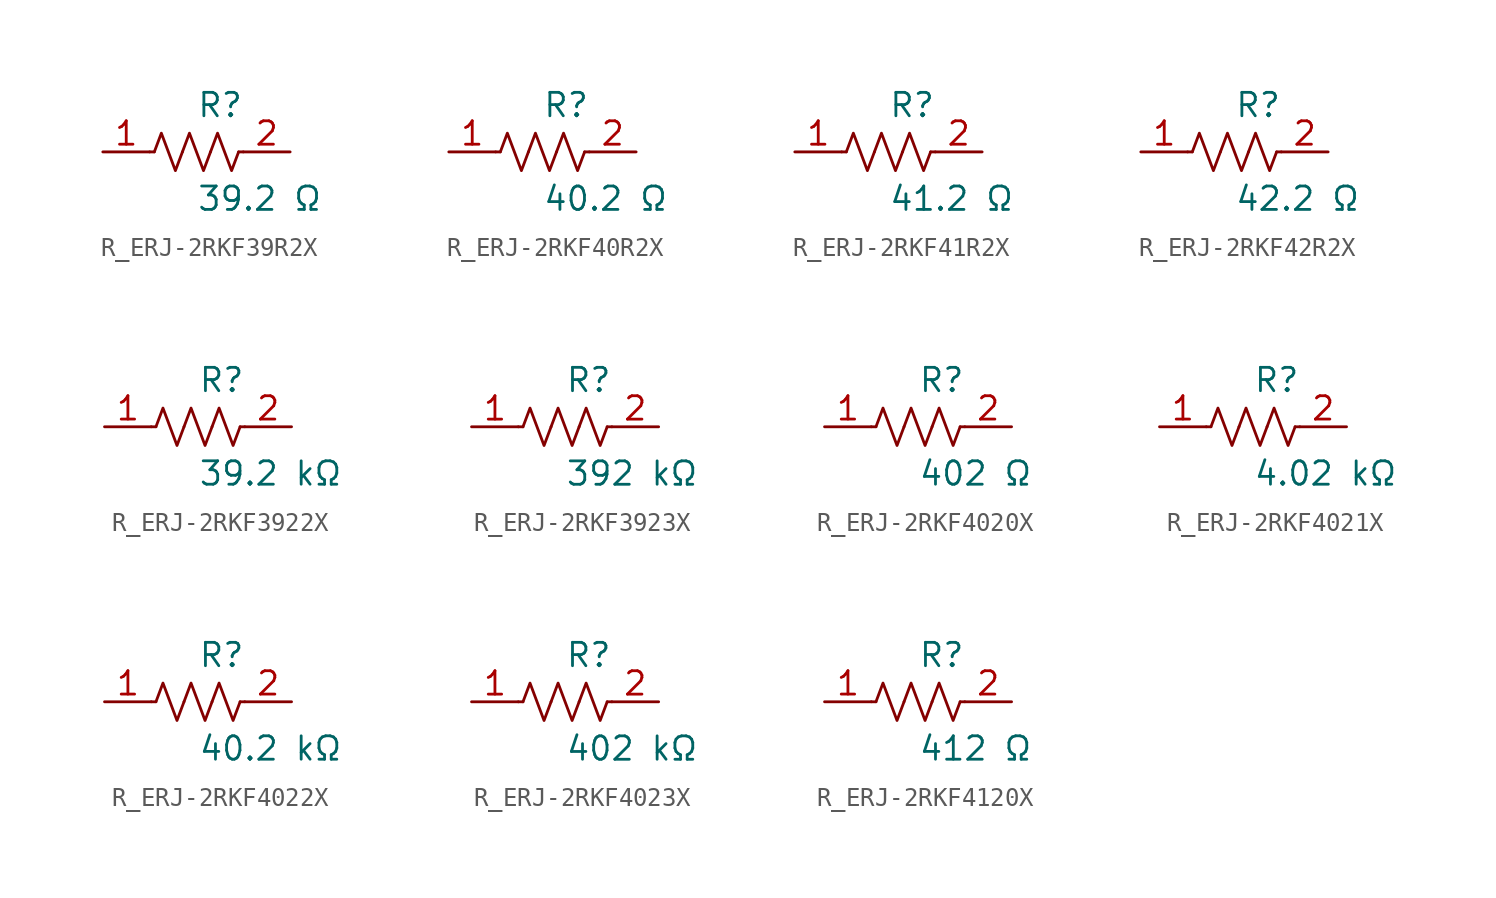
<source format=kicad_sym>
(kicad_symbol_lib
  (version 20231120)
  (generator kicad_symbol_editor)
  (generator_version 8.0)
  (symbol "R_ERJ-2RKF39R2X"
    (pin_names
      (offset 0.254))
    (property "Reference" "R"
      (at 0 2.54 0)
      (effects (font (size 1.27 1.27)) (justify left)))
    (property "Value" "39.2 Ω"
      (at 0 -2.54 0)
      (effects (font (size 1.27 1.27)) (justify left)))
    (symbol "R_ERJ-2RKF39R2X_0_1"
      (polyline (pts (xy 2.286 0) (xy 2.54 0)) (stroke (width 0) (type default)) (fill (type none)))
      (polyline (pts (xy -2.286 0) (xy -2.54 0)) (stroke (width 0) (type default)) (fill (type none)))
      (polyline (pts (xy 0.762 0) (xy 1.143 1.016) (xy 1.524 0) (xy 1.905 -1.016) (xy 2.286 0)) (stroke (width 0) (type default)) (fill (type none)))
      (polyline (pts (xy -0.762 0) (xy -0.381 1.016) (xy 0 0) (xy 0.381 -1.016) (xy 0.762 0)) (stroke (width 0) (type default)) (fill (type none)))
      (polyline (pts (xy -2.286 0) (xy -1.905 1.016) (xy -1.524 0) (xy -1.143 -1.016) (xy -0.762 0)) (stroke (width 0) (type default)) (fill (type none))))
    (pin unspecified line
      (at -5.08 0 0)
      (length 2.54)
      (name "" (effects (font (size 1.27 1.27))))
      (number "1" (effects (font (size 1.27 1.27)))))
    (pin unspecified line
      (at 5.08 0 180)
      (length 2.54)
      (name "" (effects (font (size 1.27 1.27))))
      (number "2" (effects (font (size 1.27 1.27))))))
  (symbol "R_ERJ-2RKF40R2X"
    (pin_names
      (offset 0.254))
    (property "Reference" "R"
      (at 0 2.54 0)
      (effects (font (size 1.27 1.27)) (justify left)))
    (property "Value" "40.2 Ω"
      (at 0 -2.54 0)
      (effects (font (size 1.27 1.27)) (justify left)))
    (symbol "R_ERJ-2RKF40R2X_0_1"
      (polyline (pts (xy 2.286 0) (xy 2.54 0)) (stroke (width 0) (type default)) (fill (type none)))
      (polyline (pts (xy -2.286 0) (xy -2.54 0)) (stroke (width 0) (type default)) (fill (type none)))
      (polyline (pts (xy 0.762 0) (xy 1.143 1.016) (xy 1.524 0) (xy 1.905 -1.016) (xy 2.286 0)) (stroke (width 0) (type default)) (fill (type none)))
      (polyline (pts (xy -0.762 0) (xy -0.381 1.016) (xy 0 0) (xy 0.381 -1.016) (xy 0.762 0)) (stroke (width 0) (type default)) (fill (type none)))
      (polyline (pts (xy -2.286 0) (xy -1.905 1.016) (xy -1.524 0) (xy -1.143 -1.016) (xy -0.762 0)) (stroke (width 0) (type default)) (fill (type none))))
    (pin unspecified line
      (at -5.08 0 0)
      (length 2.54)
      (name "" (effects (font (size 1.27 1.27))))
      (number "1" (effects (font (size 1.27 1.27)))))
    (pin unspecified line
      (at 5.08 0 180)
      (length 2.54)
      (name "" (effects (font (size 1.27 1.27))))
      (number "2" (effects (font (size 1.27 1.27))))))
  (symbol "R_ERJ-2RKF41R2X"
    (pin_names
      (offset 0.254))
    (property "Reference" "R"
      (at 0 2.54 0)
      (effects (font (size 1.27 1.27)) (justify left)))
    (property "Value" "41.2 Ω"
      (at 0 -2.54 0)
      (effects (font (size 1.27 1.27)) (justify left)))
    (symbol "R_ERJ-2RKF41R2X_0_1"
      (polyline (pts (xy 2.286 0) (xy 2.54 0)) (stroke (width 0) (type default)) (fill (type none)))
      (polyline (pts (xy -2.286 0) (xy -2.54 0)) (stroke (width 0) (type default)) (fill (type none)))
      (polyline (pts (xy 0.762 0) (xy 1.143 1.016) (xy 1.524 0) (xy 1.905 -1.016) (xy 2.286 0)) (stroke (width 0) (type default)) (fill (type none)))
      (polyline (pts (xy -0.762 0) (xy -0.381 1.016) (xy 0 0) (xy 0.381 -1.016) (xy 0.762 0)) (stroke (width 0) (type default)) (fill (type none)))
      (polyline (pts (xy -2.286 0) (xy -1.905 1.016) (xy -1.524 0) (xy -1.143 -1.016) (xy -0.762 0)) (stroke (width 0) (type default)) (fill (type none))))
    (pin unspecified line
      (at -5.08 0 0)
      (length 2.54)
      (name "" (effects (font (size 1.27 1.27))))
      (number "1" (effects (font (size 1.27 1.27)))))
    (pin unspecified line
      (at 5.08 0 180)
      (length 2.54)
      (name "" (effects (font (size 1.27 1.27))))
      (number "2" (effects (font (size 1.27 1.27))))))
  (symbol "R_ERJ-2RKF42R2X"
    (pin_names
      (offset 0.254))
    (property "Reference" "R"
      (at 0 2.54 0)
      (effects (font (size 1.27 1.27)) (justify left)))
    (property "Value" "42.2 Ω"
      (at 0 -2.54 0)
      (effects (font (size 1.27 1.27)) (justify left)))
    (symbol "R_ERJ-2RKF42R2X_0_1"
      (polyline (pts (xy 2.286 0) (xy 2.54 0)) (stroke (width 0) (type default)) (fill (type none)))
      (polyline (pts (xy -2.286 0) (xy -2.54 0)) (stroke (width 0) (type default)) (fill (type none)))
      (polyline (pts (xy 0.762 0) (xy 1.143 1.016) (xy 1.524 0) (xy 1.905 -1.016) (xy 2.286 0)) (stroke (width 0) (type default)) (fill (type none)))
      (polyline (pts (xy -0.762 0) (xy -0.381 1.016) (xy 0 0) (xy 0.381 -1.016) (xy 0.762 0)) (stroke (width 0) (type default)) (fill (type none)))
      (polyline (pts (xy -2.286 0) (xy -1.905 1.016) (xy -1.524 0) (xy -1.143 -1.016) (xy -0.762 0)) (stroke (width 0) (type default)) (fill (type none))))
    (pin unspecified line
      (at -5.08 0 0)
      (length 2.54)
      (name "" (effects (font (size 1.27 1.27))))
      (number "1" (effects (font (size 1.27 1.27)))))
    (pin unspecified line
      (at 5.08 0 180)
      (length 2.54)
      (name "" (effects (font (size 1.27 1.27))))
      (number "2" (effects (font (size 1.27 1.27))))))
  (symbol "R_ERJ-2RKF3922X"
    (pin_names
      (offset 0.254))
    (property "Reference" "R"
      (at 0 2.54 0)
      (effects (font (size 1.27 1.27)) (justify left)))
    (property "Value" "39.2 kΩ"
      (at 0 -2.54 0)
      (effects (font (size 1.27 1.27)) (justify left)))
    (symbol "R_ERJ-2RKF3922X_0_1"
      (polyline (pts (xy 2.286 0) (xy 2.54 0)) (stroke (width 0) (type default)) (fill (type none)))
      (polyline (pts (xy -2.286 0) (xy -2.54 0)) (stroke (width 0) (type default)) (fill (type none)))
      (polyline (pts (xy 0.762 0) (xy 1.143 1.016) (xy 1.524 0) (xy 1.905 -1.016) (xy 2.286 0)) (stroke (width 0) (type default)) (fill (type none)))
      (polyline (pts (xy -0.762 0) (xy -0.381 1.016) (xy 0 0) (xy 0.381 -1.016) (xy 0.762 0)) (stroke (width 0) (type default)) (fill (type none)))
      (polyline (pts (xy -2.286 0) (xy -1.905 1.016) (xy -1.524 0) (xy -1.143 -1.016) (xy -0.762 0)) (stroke (width 0) (type default)) (fill (type none))))
    (pin unspecified line
      (at -5.08 0 0)
      (length 2.54)
      (name "" (effects (font (size 1.27 1.27))))
      (number "1" (effects (font (size 1.27 1.27)))))
    (pin unspecified line
      (at 5.08 0 180)
      (length 2.54)
      (name "" (effects (font (size 1.27 1.27))))
      (number "2" (effects (font (size 1.27 1.27))))))
  (symbol "R_ERJ-2RKF3923X"
    (pin_names
      (offset 0.254))
    (property "Reference" "R"
      (at 0 2.54 0)
      (effects (font (size 1.27 1.27)) (justify left)))
    (property "Value" "392 kΩ"
      (at 0 -2.54 0)
      (effects (font (size 1.27 1.27)) (justify left)))
    (symbol "R_ERJ-2RKF3923X_0_1"
      (polyline (pts (xy 2.286 0) (xy 2.54 0)) (stroke (width 0) (type default)) (fill (type none)))
      (polyline (pts (xy -2.286 0) (xy -2.54 0)) (stroke (width 0) (type default)) (fill (type none)))
      (polyline (pts (xy 0.762 0) (xy 1.143 1.016) (xy 1.524 0) (xy 1.905 -1.016) (xy 2.286 0)) (stroke (width 0) (type default)) (fill (type none)))
      (polyline (pts (xy -0.762 0) (xy -0.381 1.016) (xy 0 0) (xy 0.381 -1.016) (xy 0.762 0)) (stroke (width 0) (type default)) (fill (type none)))
      (polyline (pts (xy -2.286 0) (xy -1.905 1.016) (xy -1.524 0) (xy -1.143 -1.016) (xy -0.762 0)) (stroke (width 0) (type default)) (fill (type none))))
    (pin unspecified line
      (at -5.08 0 0)
      (length 2.54)
      (name "" (effects (font (size 1.27 1.27))))
      (number "1" (effects (font (size 1.27 1.27)))))
    (pin unspecified line
      (at 5.08 0 180)
      (length 2.54)
      (name "" (effects (font (size 1.27 1.27))))
      (number "2" (effects (font (size 1.27 1.27))))))
  (symbol "R_ERJ-2RKF4020X"
    (pin_names
      (offset 0.254))
    (property "Reference" "R"
      (at 0 2.54 0)
      (effects (font (size 1.27 1.27)) (justify left)))
    (property "Value" "402 Ω"
      (at 0 -2.54 0)
      (effects (font (size 1.27 1.27)) (justify left)))
    (symbol "R_ERJ-2RKF4020X_0_1"
      (polyline (pts (xy 2.286 0) (xy 2.54 0)) (stroke (width 0) (type default)) (fill (type none)))
      (polyline (pts (xy -2.286 0) (xy -2.54 0)) (stroke (width 0) (type default)) (fill (type none)))
      (polyline (pts (xy 0.762 0) (xy 1.143 1.016) (xy 1.524 0) (xy 1.905 -1.016) (xy 2.286 0)) (stroke (width 0) (type default)) (fill (type none)))
      (polyline (pts (xy -0.762 0) (xy -0.381 1.016) (xy 0 0) (xy 0.381 -1.016) (xy 0.762 0)) (stroke (width 0) (type default)) (fill (type none)))
      (polyline (pts (xy -2.286 0) (xy -1.905 1.016) (xy -1.524 0) (xy -1.143 -1.016) (xy -0.762 0)) (stroke (width 0) (type default)) (fill (type none))))
    (pin unspecified line
      (at -5.08 0 0)
      (length 2.54)
      (name "" (effects (font (size 1.27 1.27))))
      (number "1" (effects (font (size 1.27 1.27)))))
    (pin unspecified line
      (at 5.08 0 180)
      (length 2.54)
      (name "" (effects (font (size 1.27 1.27))))
      (number "2" (effects (font (size 1.27 1.27))))))
  (symbol "R_ERJ-2RKF4021X"
    (pin_names
      (offset 0.254))
    (property "Reference" "R"
      (at 0 2.54 0)
      (effects (font (size 1.27 1.27)) (justify left)))
    (property "Value" "4.02 kΩ"
      (at 0 -2.54 0)
      (effects (font (size 1.27 1.27)) (justify left)))
    (symbol "R_ERJ-2RKF4021X_0_1"
      (polyline (pts (xy 2.286 0) (xy 2.54 0)) (stroke (width 0) (type default)) (fill (type none)))
      (polyline (pts (xy -2.286 0) (xy -2.54 0)) (stroke (width 0) (type default)) (fill (type none)))
      (polyline (pts (xy 0.762 0) (xy 1.143 1.016) (xy 1.524 0) (xy 1.905 -1.016) (xy 2.286 0)) (stroke (width 0) (type default)) (fill (type none)))
      (polyline (pts (xy -0.762 0) (xy -0.381 1.016) (xy 0 0) (xy 0.381 -1.016) (xy 0.762 0)) (stroke (width 0) (type default)) (fill (type none)))
      (polyline (pts (xy -2.286 0) (xy -1.905 1.016) (xy -1.524 0) (xy -1.143 -1.016) (xy -0.762 0)) (stroke (width 0) (type default)) (fill (type none))))
    (pin unspecified line
      (at -5.08 0 0)
      (length 2.54)
      (name "" (effects (font (size 1.27 1.27))))
      (number "1" (effects (font (size 1.27 1.27)))))
    (pin unspecified line
      (at 5.08 0 180)
      (length 2.54)
      (name "" (effects (font (size 1.27 1.27))))
      (number "2" (effects (font (size 1.27 1.27))))))
  (symbol "R_ERJ-2RKF4022X"
    (pin_names
      (offset 0.254))
    (property "Reference" "R"
      (at 0 2.54 0)
      (effects (font (size 1.27 1.27)) (justify left)))
    (property "Value" "40.2 kΩ"
      (at 0 -2.54 0)
      (effects (font (size 1.27 1.27)) (justify left)))
    (symbol "R_ERJ-2RKF4022X_0_1"
      (polyline (pts (xy 2.286 0) (xy 2.54 0)) (stroke (width 0) (type default)) (fill (type none)))
      (polyline (pts (xy -2.286 0) (xy -2.54 0)) (stroke (width 0) (type default)) (fill (type none)))
      (polyline (pts (xy 0.762 0) (xy 1.143 1.016) (xy 1.524 0) (xy 1.905 -1.016) (xy 2.286 0)) (stroke (width 0) (type default)) (fill (type none)))
      (polyline (pts (xy -0.762 0) (xy -0.381 1.016) (xy 0 0) (xy 0.381 -1.016) (xy 0.762 0)) (stroke (width 0) (type default)) (fill (type none)))
      (polyline (pts (xy -2.286 0) (xy -1.905 1.016) (xy -1.524 0) (xy -1.143 -1.016) (xy -0.762 0)) (stroke (width 0) (type default)) (fill (type none))))
    (pin unspecified line
      (at -5.08 0 0)
      (length 2.54)
      (name "" (effects (font (size 1.27 1.27))))
      (number "1" (effects (font (size 1.27 1.27)))))
    (pin unspecified line
      (at 5.08 0 180)
      (length 2.54)
      (name "" (effects (font (size 1.27 1.27))))
      (number "2" (effects (font (size 1.27 1.27))))))
  (symbol "R_ERJ-2RKF4023X"
    (pin_names
      (offset 0.254))
    (property "Reference" "R"
      (at 0 2.54 0)
      (effects (font (size 1.27 1.27)) (justify left)))
    (property "Value" "402 kΩ"
      (at 0 -2.54 0)
      (effects (font (size 1.27 1.27)) (justify left)))
    (symbol "R_ERJ-2RKF4023X_0_1"
      (polyline (pts (xy 2.286 0) (xy 2.54 0)) (stroke (width 0) (type default)) (fill (type none)))
      (polyline (pts (xy -2.286 0) (xy -2.54 0)) (stroke (width 0) (type default)) (fill (type none)))
      (polyline (pts (xy 0.762 0) (xy 1.143 1.016) (xy 1.524 0) (xy 1.905 -1.016) (xy 2.286 0)) (stroke (width 0) (type default)) (fill (type none)))
      (polyline (pts (xy -0.762 0) (xy -0.381 1.016) (xy 0 0) (xy 0.381 -1.016) (xy 0.762 0)) (stroke (width 0) (type default)) (fill (type none)))
      (polyline (pts (xy -2.286 0) (xy -1.905 1.016) (xy -1.524 0) (xy -1.143 -1.016) (xy -0.762 0)) (stroke (width 0) (type default)) (fill (type none))))
    (pin unspecified line
      (at -5.08 0 0)
      (length 2.54)
      (name "" (effects (font (size 1.27 1.27))))
      (number "1" (effects (font (size 1.27 1.27)))))
    (pin unspecified line
      (at 5.08 0 180)
      (length 2.54)
      (name "" (effects (font (size 1.27 1.27))))
      (number "2" (effects (font (size 1.27 1.27))))))
  (symbol "R_ERJ-2RKF4120X"
    (pin_names
      (offset 0.254))
    (property "Reference" "R"
      (at 0 2.54 0)
      (effects (font (size 1.27 1.27)) (justify left)))
    (property "Value" "412 Ω"
      (at 0 -2.54 0)
      (effects (font (size 1.27 1.27)) (justify left)))
    (symbol "R_ERJ-2RKF4120X_0_1"
      (polyline (pts (xy 2.286 0) (xy 2.54 0)) (stroke (width 0) (type default)) (fill (type none)))
      (polyline (pts (xy -2.286 0) (xy -2.54 0)) (stroke (width 0) (type default)) (fill (type none)))
      (polyline (pts (xy 0.762 0) (xy 1.143 1.016) (xy 1.524 0) (xy 1.905 -1.016) (xy 2.286 0)) (stroke (width 0) (type default)) (fill (type none)))
      (polyline (pts (xy -0.762 0) (xy -0.381 1.016) (xy 0 0) (xy 0.381 -1.016) (xy 0.762 0)) (stroke (width 0) (type default)) (fill (type none)))
      (polyline (pts (xy -2.286 0) (xy -1.905 1.016) (xy -1.524 0) (xy -1.143 -1.016) (xy -0.762 0)) (stroke (width 0) (type default)) (fill (type none))))
    (pin unspecified line
      (at -5.08 0 0)
      (length 2.54)
      (name "" (effects (font (size 1.27 1.27))))
      (number "1" (effects (font (size 1.27 1.27)))))
    (pin unspecified line
      (at 5.08 0 180)
      (length 2.54)
      (name "" (effects (font (size 1.27 1.27))))
      (number "2" (effects (font (size 1.27 1.27)))))))
</source>
